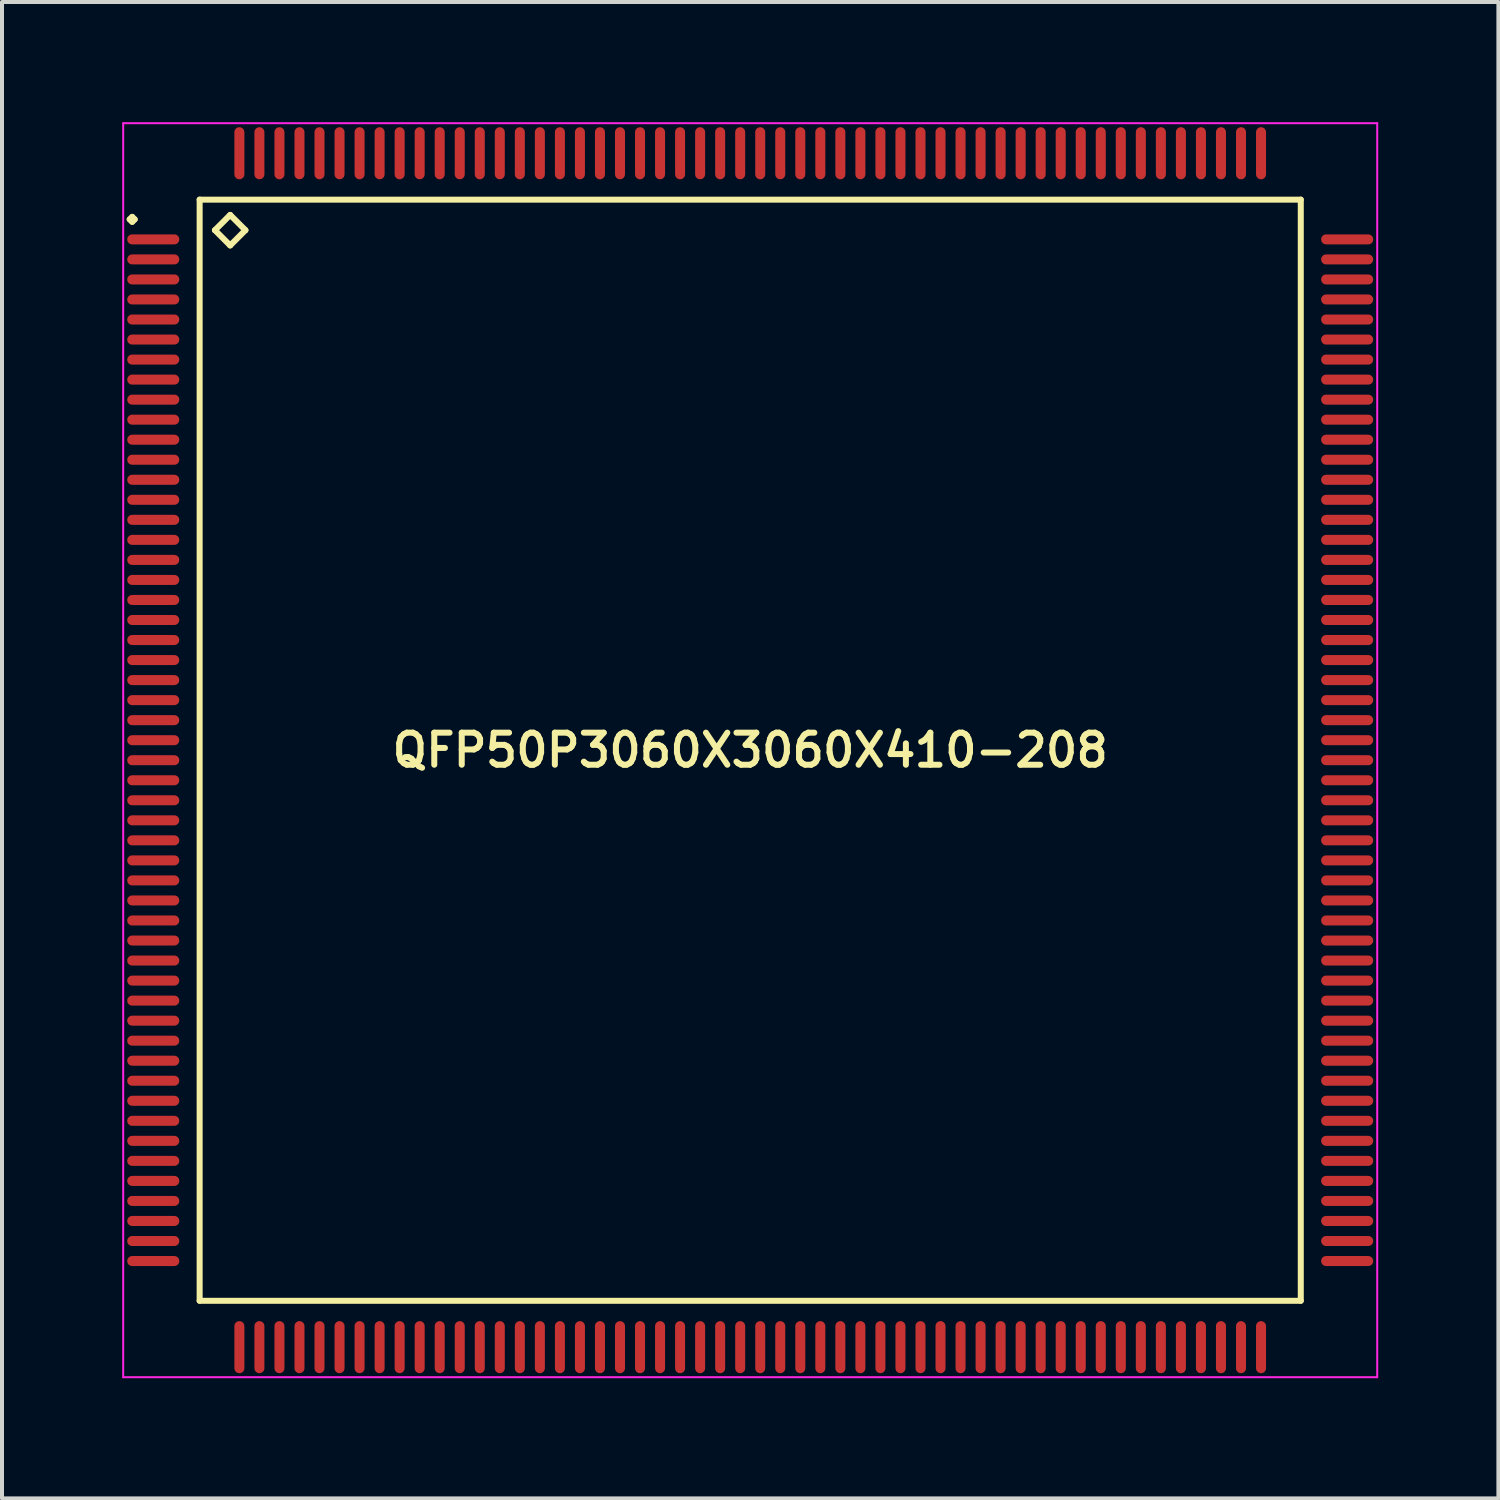
<source format=kicad_pcb>
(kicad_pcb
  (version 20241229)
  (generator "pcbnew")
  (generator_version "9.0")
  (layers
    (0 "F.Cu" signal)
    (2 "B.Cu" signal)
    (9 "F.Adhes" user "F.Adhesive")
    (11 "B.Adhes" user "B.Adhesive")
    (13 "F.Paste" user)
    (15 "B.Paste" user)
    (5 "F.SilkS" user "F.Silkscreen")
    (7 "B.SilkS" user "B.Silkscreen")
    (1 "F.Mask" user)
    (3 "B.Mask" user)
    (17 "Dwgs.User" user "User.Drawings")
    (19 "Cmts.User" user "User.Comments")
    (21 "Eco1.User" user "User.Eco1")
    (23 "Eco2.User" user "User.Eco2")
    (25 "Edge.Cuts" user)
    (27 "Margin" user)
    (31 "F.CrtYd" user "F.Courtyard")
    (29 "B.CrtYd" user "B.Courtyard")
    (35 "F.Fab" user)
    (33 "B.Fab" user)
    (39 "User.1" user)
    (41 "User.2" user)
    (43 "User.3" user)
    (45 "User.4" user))
  (footprint "QFP50P3060X3060X410-208"
    (layer "F.Cu")
    (at 15.675 15.675)
    (property "Reference" "QFP50P3060X3060X410-208" (at 0 0 0) (layer "F.SilkS") (effects (font (size 0.8 0.8) (thickness 0.15))))
    (attr smd)
    (fp_line (start -15.488 -13.25) (end -15.425 -13.312) (stroke (width 0.15) (type solid)) (layer "F.SilkS"))
    (fp_line (start -15.425 -13.312) (end -15.363 -13.25) (stroke (width 0.15) (type solid)) (layer "F.SilkS"))
    (fp_line (start -15.425 -13.188) (end -15.488 -13.25) (stroke (width 0.15) (type solid)) (layer "F.SilkS"))
    (fp_line (start -15.363 -13.25) (end -15.425 -13.188) (stroke (width 0.15) (type solid)) (layer "F.SilkS"))
    (fp_line (start -13.742 -13.742) (end -13.742 13.742) (stroke (width 0.15) (type solid)) (layer "F.SilkS"))
    (fp_line (start -13.742 13.742) (end 13.742 13.742) (stroke (width 0.15) (type solid)) (layer "F.SilkS"))
    (fp_line (start -13.361 -12.98) (end -12.98 -13.361) (stroke (width 0.15) (type solid)) (layer "F.SilkS"))
    (fp_line (start -12.98 -13.361) (end -12.599 -12.98) (stroke (width 0.15) (type solid)) (layer "F.SilkS"))
    (fp_line (start -12.98 -12.599) (end -13.361 -12.98) (stroke (width 0.15) (type solid)) (layer "F.SilkS"))
    (fp_line (start -12.599 -12.98) (end -12.98 -12.599) (stroke (width 0.15) (type solid)) (layer "F.SilkS"))
    (fp_line (start 13.742 -13.742) (end -13.742 -13.742) (stroke (width 0.15) (type solid)) (layer "F.SilkS"))
    (fp_line (start 13.742 13.742) (end 13.742 -13.742) (stroke (width 0.15) (type solid)) (layer "F.SilkS"))
    (fp_line (start -15.65 -15.65) (end 15.65 -15.65) (stroke (width 0.05) (type solid)) (layer "F.CrtYd"))
    (fp_line (start -15.65 15.65) (end -15.65 -15.65) (stroke (width 0.05) (type solid)) (layer "F.CrtYd"))
    (fp_line (start 15.65 -15.65) (end 15.65 15.65) (stroke (width 0.05) (type solid)) (layer "F.CrtYd"))
    (fp_line (start 15.65 15.65) (end -15.65 15.65) (stroke (width 0.05) (type solid)) (layer "F.CrtYd"))
    (pad "1" smd oval (at -14.9 -12.75) (size 1.3 0.25) (layers "F.Cu" "F.Mask" "F.Paste"))
    (pad "2" smd oval (at -14.9 -12.25) (size 1.3 0.25) (layers "F.Cu" "F.Mask" "F.Paste"))
    (pad "3" smd oval (at -14.9 -11.75) (size 1.3 0.25) (layers "F.Cu" "F.Mask" "F.Paste"))
    (pad "4" smd oval (at -14.9 -11.25) (size 1.3 0.25) (layers "F.Cu" "F.Mask" "F.Paste"))
    (pad "5" smd oval (at -14.9 -10.75) (size 1.3 0.25) (layers "F.Cu" "F.Mask" "F.Paste"))
    (pad "6" smd oval (at -14.9 -10.25) (size 1.3 0.25) (layers "F.Cu" "F.Mask" "F.Paste"))
    (pad "7" smd oval (at -14.9 -9.75) (size 1.3 0.25) (layers "F.Cu" "F.Mask" "F.Paste"))
    (pad "8" smd oval (at -14.9 -9.25) (size 1.3 0.25) (layers "F.Cu" "F.Mask" "F.Paste"))
    (pad "9" smd oval (at -14.9 -8.75) (size 1.3 0.25) (layers "F.Cu" "F.Mask" "F.Paste"))
    (pad "10" smd oval (at -14.9 -8.25) (size 1.3 0.25) (layers "F.Cu" "F.Mask" "F.Paste"))
    (pad "11" smd oval (at -14.9 -7.75) (size 1.3 0.25) (layers "F.Cu" "F.Mask" "F.Paste"))
    (pad "12" smd oval (at -14.9 -7.25) (size 1.3 0.25) (layers "F.Cu" "F.Mask" "F.Paste"))
    (pad "13" smd oval (at -14.9 -6.75) (size 1.3 0.25) (layers "F.Cu" "F.Mask" "F.Paste"))
    (pad "14" smd oval (at -14.9 -6.25) (size 1.3 0.25) (layers "F.Cu" "F.Mask" "F.Paste"))
    (pad "15" smd oval (at -14.9 -5.75) (size 1.3 0.25) (layers "F.Cu" "F.Mask" "F.Paste"))
    (pad "16" smd oval (at -14.9 -5.25) (size 1.3 0.25) (layers "F.Cu" "F.Mask" "F.Paste"))
    (pad "17" smd oval (at -14.9 -4.75) (size 1.3 0.25) (layers "F.Cu" "F.Mask" "F.Paste"))
    (pad "18" smd oval (at -14.9 -4.25) (size 1.3 0.25) (layers "F.Cu" "F.Mask" "F.Paste"))
    (pad "19" smd oval (at -14.9 -3.75) (size 1.3 0.25) (layers "F.Cu" "F.Mask" "F.Paste"))
    (pad "20" smd oval (at -14.9 -3.25) (size 1.3 0.25) (layers "F.Cu" "F.Mask" "F.Paste"))
    (pad "21" smd oval (at -14.9 -2.75) (size 1.3 0.25) (layers "F.Cu" "F.Mask" "F.Paste"))
    (pad "22" smd oval (at -14.9 -2.25) (size 1.3 0.25) (layers "F.Cu" "F.Mask" "F.Paste"))
    (pad "23" smd oval (at -14.9 -1.75) (size 1.3 0.25) (layers "F.Cu" "F.Mask" "F.Paste"))
    (pad "24" smd oval (at -14.9 -1.25) (size 1.3 0.25) (layers "F.Cu" "F.Mask" "F.Paste"))
    (pad "25" smd oval (at -14.9 -0.75) (size 1.3 0.25) (layers "F.Cu" "F.Mask" "F.Paste"))
    (pad "26" smd oval (at -14.9 -0.25) (size 1.3 0.25) (layers "F.Cu" "F.Mask" "F.Paste"))
    (pad "27" smd oval (at -14.9 0.25) (size 1.3 0.25) (layers "F.Cu" "F.Mask" "F.Paste"))
    (pad "28" smd oval (at -14.9 0.75) (size 1.3 0.25) (layers "F.Cu" "F.Mask" "F.Paste"))
    (pad "29" smd oval (at -14.9 1.25) (size 1.3 0.25) (layers "F.Cu" "F.Mask" "F.Paste"))
    (pad "30" smd oval (at -14.9 1.75) (size 1.3 0.25) (layers "F.Cu" "F.Mask" "F.Paste"))
    (pad "31" smd oval (at -14.9 2.25) (size 1.3 0.25) (layers "F.Cu" "F.Mask" "F.Paste"))
    (pad "32" smd oval (at -14.9 2.75) (size 1.3 0.25) (layers "F.Cu" "F.Mask" "F.Paste"))
    (pad "33" smd oval (at -14.9 3.25) (size 1.3 0.25) (layers "F.Cu" "F.Mask" "F.Paste"))
    (pad "34" smd oval (at -14.9 3.75) (size 1.3 0.25) (layers "F.Cu" "F.Mask" "F.Paste"))
    (pad "35" smd oval (at -14.9 4.25) (size 1.3 0.25) (layers "F.Cu" "F.Mask" "F.Paste"))
    (pad "36" smd oval (at -14.9 4.75) (size 1.3 0.25) (layers "F.Cu" "F.Mask" "F.Paste"))
    (pad "37" smd oval (at -14.9 5.25) (size 1.3 0.25) (layers "F.Cu" "F.Mask" "F.Paste"))
    (pad "38" smd oval (at -14.9 5.75) (size 1.3 0.25) (layers "F.Cu" "F.Mask" "F.Paste"))
    (pad "39" smd oval (at -14.9 6.25) (size 1.3 0.25) (layers "F.Cu" "F.Mask" "F.Paste"))
    (pad "40" smd oval (at -14.9 6.75) (size 1.3 0.25) (layers "F.Cu" "F.Mask" "F.Paste"))
    (pad "41" smd oval (at -14.9 7.25) (size 1.3 0.25) (layers "F.Cu" "F.Mask" "F.Paste"))
    (pad "42" smd oval (at -14.9 7.75) (size 1.3 0.25) (layers "F.Cu" "F.Mask" "F.Paste"))
    (pad "43" smd oval (at -14.9 8.25) (size 1.3 0.25) (layers "F.Cu" "F.Mask" "F.Paste"))
    (pad "44" smd oval (at -14.9 8.75) (size 1.3 0.25) (layers "F.Cu" "F.Mask" "F.Paste"))
    (pad "45" smd oval (at -14.9 9.25) (size 1.3 0.25) (layers "F.Cu" "F.Mask" "F.Paste"))
    (pad "46" smd oval (at -14.9 9.75) (size 1.3 0.25) (layers "F.Cu" "F.Mask" "F.Paste"))
    (pad "47" smd oval (at -14.9 10.25) (size 1.3 0.25) (layers "F.Cu" "F.Mask" "F.Paste"))
    (pad "48" smd oval (at -14.9 10.75) (size 1.3 0.25) (layers "F.Cu" "F.Mask" "F.Paste"))
    (pad "49" smd oval (at -14.9 11.25) (size 1.3 0.25) (layers "F.Cu" "F.Mask" "F.Paste"))
    (pad "50" smd oval (at -14.9 11.75) (size 1.3 0.25) (layers "F.Cu" "F.Mask" "F.Paste"))
    (pad "51" smd oval (at -14.9 12.25) (size 1.3 0.25) (layers "F.Cu" "F.Mask" "F.Paste"))
    (pad "52" smd oval (at -14.9 12.75) (size 1.3 0.25) (layers "F.Cu" "F.Mask" "F.Paste"))
    (pad "53" smd oval (at -12.75 14.9) (size 0.25 1.3) (layers "F.Cu" "F.Mask" "F.Paste"))
    (pad "54" smd oval (at -12.25 14.9) (size 0.25 1.3) (layers "F.Cu" "F.Mask" "F.Paste"))
    (pad "55" smd oval (at -11.75 14.9) (size 0.25 1.3) (layers "F.Cu" "F.Mask" "F.Paste"))
    (pad "56" smd oval (at -11.25 14.9) (size 0.25 1.3) (layers "F.Cu" "F.Mask" "F.Paste"))
    (pad "57" smd oval (at -10.75 14.9) (size 0.25 1.3) (layers "F.Cu" "F.Mask" "F.Paste"))
    (pad "58" smd oval (at -10.25 14.9) (size 0.25 1.3) (layers "F.Cu" "F.Mask" "F.Paste"))
    (pad "59" smd oval (at -9.75 14.9) (size 0.25 1.3) (layers "F.Cu" "F.Mask" "F.Paste"))
    (pad "60" smd oval (at -9.25 14.9) (size 0.25 1.3) (layers "F.Cu" "F.Mask" "F.Paste"))
    (pad "61" smd oval (at -8.75 14.9) (size 0.25 1.3) (layers "F.Cu" "F.Mask" "F.Paste"))
    (pad "62" smd oval (at -8.25 14.9) (size 0.25 1.3) (layers "F.Cu" "F.Mask" "F.Paste"))
    (pad "63" smd oval (at -7.75 14.9) (size 0.25 1.3) (layers "F.Cu" "F.Mask" "F.Paste"))
    (pad "64" smd oval (at -7.25 14.9) (size 0.25 1.3) (layers "F.Cu" "F.Mask" "F.Paste"))
    (pad "65" smd oval (at -6.75 14.9) (size 0.25 1.3) (layers "F.Cu" "F.Mask" "F.Paste"))
    (pad "66" smd oval (at -6.25 14.9) (size 0.25 1.3) (layers "F.Cu" "F.Mask" "F.Paste"))
    (pad "67" smd oval (at -5.75 14.9) (size 0.25 1.3) (layers "F.Cu" "F.Mask" "F.Paste"))
    (pad "68" smd oval (at -5.25 14.9) (size 0.25 1.3) (layers "F.Cu" "F.Mask" "F.Paste"))
    (pad "69" smd oval (at -4.75 14.9) (size 0.25 1.3) (layers "F.Cu" "F.Mask" "F.Paste"))
    (pad "70" smd oval (at -4.25 14.9) (size 0.25 1.3) (layers "F.Cu" "F.Mask" "F.Paste"))
    (pad "71" smd oval (at -3.75 14.9) (size 0.25 1.3) (layers "F.Cu" "F.Mask" "F.Paste"))
    (pad "72" smd oval (at -3.25 14.9) (size 0.25 1.3) (layers "F.Cu" "F.Mask" "F.Paste"))
    (pad "73" smd oval (at -2.75 14.9) (size 0.25 1.3) (layers "F.Cu" "F.Mask" "F.Paste"))
    (pad "74" smd oval (at -2.25 14.9) (size 0.25 1.3) (layers "F.Cu" "F.Mask" "F.Paste"))
    (pad "75" smd oval (at -1.75 14.9) (size 0.25 1.3) (layers "F.Cu" "F.Mask" "F.Paste"))
    (pad "76" smd oval (at -1.25 14.9) (size 0.25 1.3) (layers "F.Cu" "F.Mask" "F.Paste"))
    (pad "77" smd oval (at -0.75 14.9) (size 0.25 1.3) (layers "F.Cu" "F.Mask" "F.Paste"))
    (pad "78" smd oval (at -0.25 14.9) (size 0.25 1.3) (layers "F.Cu" "F.Mask" "F.Paste"))
    (pad "79" smd oval (at 0.25 14.9) (size 0.25 1.3) (layers "F.Cu" "F.Mask" "F.Paste"))
    (pad "80" smd oval (at 0.75 14.9) (size 0.25 1.3) (layers "F.Cu" "F.Mask" "F.Paste"))
    (pad "81" smd oval (at 1.25 14.9) (size 0.25 1.3) (layers "F.Cu" "F.Mask" "F.Paste"))
    (pad "82" smd oval (at 1.75 14.9) (size 0.25 1.3) (layers "F.Cu" "F.Mask" "F.Paste"))
    (pad "83" smd oval (at 2.25 14.9) (size 0.25 1.3) (layers "F.Cu" "F.Mask" "F.Paste"))
    (pad "84" smd oval (at 2.75 14.9) (size 0.25 1.3) (layers "F.Cu" "F.Mask" "F.Paste"))
    (pad "85" smd oval (at 3.25 14.9) (size 0.25 1.3) (layers "F.Cu" "F.Mask" "F.Paste"))
    (pad "86" smd oval (at 3.75 14.9) (size 0.25 1.3) (layers "F.Cu" "F.Mask" "F.Paste"))
    (pad "87" smd oval (at 4.25 14.9) (size 0.25 1.3) (layers "F.Cu" "F.Mask" "F.Paste"))
    (pad "88" smd oval (at 4.75 14.9) (size 0.25 1.3) (layers "F.Cu" "F.Mask" "F.Paste"))
    (pad "89" smd oval (at 5.25 14.9) (size 0.25 1.3) (layers "F.Cu" "F.Mask" "F.Paste"))
    (pad "90" smd oval (at 5.75 14.9) (size 0.25 1.3) (layers "F.Cu" "F.Mask" "F.Paste"))
    (pad "91" smd oval (at 6.25 14.9) (size 0.25 1.3) (layers "F.Cu" "F.Mask" "F.Paste"))
    (pad "92" smd oval (at 6.75 14.9) (size 0.25 1.3) (layers "F.Cu" "F.Mask" "F.Paste"))
    (pad "93" smd oval (at 7.25 14.9) (size 0.25 1.3) (layers "F.Cu" "F.Mask" "F.Paste"))
    (pad "94" smd oval (at 7.75 14.9) (size 0.25 1.3) (layers "F.Cu" "F.Mask" "F.Paste"))
    (pad "95" smd oval (at 8.25 14.9) (size 0.25 1.3) (layers "F.Cu" "F.Mask" "F.Paste"))
    (pad "96" smd oval (at 8.75 14.9) (size 0.25 1.3) (layers "F.Cu" "F.Mask" "F.Paste"))
    (pad "97" smd oval (at 9.25 14.9) (size 0.25 1.3) (layers "F.Cu" "F.Mask" "F.Paste"))
    (pad "98" smd oval (at 9.75 14.9) (size 0.25 1.3) (layers "F.Cu" "F.Mask" "F.Paste"))
    (pad "99" smd oval (at 10.25 14.9) (size 0.25 1.3) (layers "F.Cu" "F.Mask" "F.Paste"))
    (pad "100" smd oval (at 10.75 14.9) (size 0.25 1.3) (layers "F.Cu" "F.Mask" "F.Paste"))
    (pad "101" smd oval (at 11.25 14.9) (size 0.25 1.3) (layers "F.Cu" "F.Mask" "F.Paste"))
    (pad "102" smd oval (at 11.75 14.9) (size 0.25 1.3) (layers "F.Cu" "F.Mask" "F.Paste"))
    (pad "103" smd oval (at 12.25 14.9) (size 0.25 1.3) (layers "F.Cu" "F.Mask" "F.Paste"))
    (pad "104" smd oval (at 12.75 14.9) (size 0.25 1.3) (layers "F.Cu" "F.Mask" "F.Paste"))
    (pad "105" smd oval (at 14.9 12.75) (size 1.3 0.25) (layers "F.Cu" "F.Mask" "F.Paste"))
    (pad "106" smd oval (at 14.9 12.25) (size 1.3 0.25) (layers "F.Cu" "F.Mask" "F.Paste"))
    (pad "107" smd oval (at 14.9 11.75) (size 1.3 0.25) (layers "F.Cu" "F.Mask" "F.Paste"))
    (pad "108" smd oval (at 14.9 11.25) (size 1.3 0.25) (layers "F.Cu" "F.Mask" "F.Paste"))
    (pad "109" smd oval (at 14.9 10.75) (size 1.3 0.25) (layers "F.Cu" "F.Mask" "F.Paste"))
    (pad "110" smd oval (at 14.9 10.25) (size 1.3 0.25) (layers "F.Cu" "F.Mask" "F.Paste"))
    (pad "111" smd oval (at 14.9 9.75) (size 1.3 0.25) (layers "F.Cu" "F.Mask" "F.Paste"))
    (pad "112" smd oval (at 14.9 9.25) (size 1.3 0.25) (layers "F.Cu" "F.Mask" "F.Paste"))
    (pad "113" smd oval (at 14.9 8.75) (size 1.3 0.25) (layers "F.Cu" "F.Mask" "F.Paste"))
    (pad "114" smd oval (at 14.9 8.25) (size 1.3 0.25) (layers "F.Cu" "F.Mask" "F.Paste"))
    (pad "115" smd oval (at 14.9 7.75) (size 1.3 0.25) (layers "F.Cu" "F.Mask" "F.Paste"))
    (pad "116" smd oval (at 14.9 7.25) (size 1.3 0.25) (layers "F.Cu" "F.Mask" "F.Paste"))
    (pad "117" smd oval (at 14.9 6.75) (size 1.3 0.25) (layers "F.Cu" "F.Mask" "F.Paste"))
    (pad "118" smd oval (at 14.9 6.25) (size 1.3 0.25) (layers "F.Cu" "F.Mask" "F.Paste"))
    (pad "119" smd oval (at 14.9 5.75) (size 1.3 0.25) (layers "F.Cu" "F.Mask" "F.Paste"))
    (pad "120" smd oval (at 14.9 5.25) (size 1.3 0.25) (layers "F.Cu" "F.Mask" "F.Paste"))
    (pad "121" smd oval (at 14.9 4.75) (size 1.3 0.25) (layers "F.Cu" "F.Mask" "F.Paste"))
    (pad "122" smd oval (at 14.9 4.25) (size 1.3 0.25) (layers "F.Cu" "F.Mask" "F.Paste"))
    (pad "123" smd oval (at 14.9 3.75) (size 1.3 0.25) (layers "F.Cu" "F.Mask" "F.Paste"))
    (pad "124" smd oval (at 14.9 3.25) (size 1.3 0.25) (layers "F.Cu" "F.Mask" "F.Paste"))
    (pad "125" smd oval (at 14.9 2.75) (size 1.3 0.25) (layers "F.Cu" "F.Mask" "F.Paste"))
    (pad "126" smd oval (at 14.9 2.25) (size 1.3 0.25) (layers "F.Cu" "F.Mask" "F.Paste"))
    (pad "127" smd oval (at 14.9 1.75) (size 1.3 0.25) (layers "F.Cu" "F.Mask" "F.Paste"))
    (pad "128" smd oval (at 14.9 1.25) (size 1.3 0.25) (layers "F.Cu" "F.Mask" "F.Paste"))
    (pad "129" smd oval (at 14.9 0.75) (size 1.3 0.25) (layers "F.Cu" "F.Mask" "F.Paste"))
    (pad "130" smd oval (at 14.9 0.25) (size 1.3 0.25) (layers "F.Cu" "F.Mask" "F.Paste"))
    (pad "131" smd oval (at 14.9 -0.25) (size 1.3 0.25) (layers "F.Cu" "F.Mask" "F.Paste"))
    (pad "132" smd oval (at 14.9 -0.75) (size 1.3 0.25) (layers "F.Cu" "F.Mask" "F.Paste"))
    (pad "133" smd oval (at 14.9 -1.25) (size 1.3 0.25) (layers "F.Cu" "F.Mask" "F.Paste"))
    (pad "134" smd oval (at 14.9 -1.75) (size 1.3 0.25) (layers "F.Cu" "F.Mask" "F.Paste"))
    (pad "135" smd oval (at 14.9 -2.25) (size 1.3 0.25) (layers "F.Cu" "F.Mask" "F.Paste"))
    (pad "136" smd oval (at 14.9 -2.75) (size 1.3 0.25) (layers "F.Cu" "F.Mask" "F.Paste"))
    (pad "137" smd oval (at 14.9 -3.25) (size 1.3 0.25) (layers "F.Cu" "F.Mask" "F.Paste"))
    (pad "138" smd oval (at 14.9 -3.75) (size 1.3 0.25) (layers "F.Cu" "F.Mask" "F.Paste"))
    (pad "139" smd oval (at 14.9 -4.25) (size 1.3 0.25) (layers "F.Cu" "F.Mask" "F.Paste"))
    (pad "140" smd oval (at 14.9 -4.75) (size 1.3 0.25) (layers "F.Cu" "F.Mask" "F.Paste"))
    (pad "141" smd oval (at 14.9 -5.25) (size 1.3 0.25) (layers "F.Cu" "F.Mask" "F.Paste"))
    (pad "142" smd oval (at 14.9 -5.75) (size 1.3 0.25) (layers "F.Cu" "F.Mask" "F.Paste"))
    (pad "143" smd oval (at 14.9 -6.25) (size 1.3 0.25) (layers "F.Cu" "F.Mask" "F.Paste"))
    (pad "144" smd oval (at 14.9 -6.75) (size 1.3 0.25) (layers "F.Cu" "F.Mask" "F.Paste"))
    (pad "145" smd oval (at 14.9 -7.25) (size 1.3 0.25) (layers "F.Cu" "F.Mask" "F.Paste"))
    (pad "146" smd oval (at 14.9 -7.75) (size 1.3 0.25) (layers "F.Cu" "F.Mask" "F.Paste"))
    (pad "147" smd oval (at 14.9 -8.25) (size 1.3 0.25) (layers "F.Cu" "F.Mask" "F.Paste"))
    (pad "148" smd oval (at 14.9 -8.75) (size 1.3 0.25) (layers "F.Cu" "F.Mask" "F.Paste"))
    (pad "149" smd oval (at 14.9 -9.25) (size 1.3 0.25) (layers "F.Cu" "F.Mask" "F.Paste"))
    (pad "150" smd oval (at 14.9 -9.75) (size 1.3 0.25) (layers "F.Cu" "F.Mask" "F.Paste"))
    (pad "151" smd oval (at 14.9 -10.25) (size 1.3 0.25) (layers "F.Cu" "F.Mask" "F.Paste"))
    (pad "152" smd oval (at 14.9 -10.75) (size 1.3 0.25) (layers "F.Cu" "F.Mask" "F.Paste"))
    (pad "153" smd oval (at 14.9 -11.25) (size 1.3 0.25) (layers "F.Cu" "F.Mask" "F.Paste"))
    (pad "154" smd oval (at 14.9 -11.75) (size 1.3 0.25) (layers "F.Cu" "F.Mask" "F.Paste"))
    (pad "155" smd oval (at 14.9 -12.25) (size 1.3 0.25) (layers "F.Cu" "F.Mask" "F.Paste"))
    (pad "156" smd oval (at 14.9 -12.75) (size 1.3 0.25) (layers "F.Cu" "F.Mask" "F.Paste"))
    (pad "157" smd oval (at 12.75 -14.9) (size 0.25 1.3) (layers "F.Cu" "F.Mask" "F.Paste"))
    (pad "158" smd oval (at 12.25 -14.9) (size 0.25 1.3) (layers "F.Cu" "F.Mask" "F.Paste"))
    (pad "159" smd oval (at 11.75 -14.9) (size 0.25 1.3) (layers "F.Cu" "F.Mask" "F.Paste"))
    (pad "160" smd oval (at 11.25 -14.9) (size 0.25 1.3) (layers "F.Cu" "F.Mask" "F.Paste"))
    (pad "161" smd oval (at 10.75 -14.9) (size 0.25 1.3) (layers "F.Cu" "F.Mask" "F.Paste"))
    (pad "162" smd oval (at 10.25 -14.9) (size 0.25 1.3) (layers "F.Cu" "F.Mask" "F.Paste"))
    (pad "163" smd oval (at 9.75 -14.9) (size 0.25 1.3) (layers "F.Cu" "F.Mask" "F.Paste"))
    (pad "164" smd oval (at 9.25 -14.9) (size 0.25 1.3) (layers "F.Cu" "F.Mask" "F.Paste"))
    (pad "165" smd oval (at 8.75 -14.9) (size 0.25 1.3) (layers "F.Cu" "F.Mask" "F.Paste"))
    (pad "166" smd oval (at 8.25 -14.9) (size 0.25 1.3) (layers "F.Cu" "F.Mask" "F.Paste"))
    (pad "167" smd oval (at 7.75 -14.9) (size 0.25 1.3) (layers "F.Cu" "F.Mask" "F.Paste"))
    (pad "168" smd oval (at 7.25 -14.9) (size 0.25 1.3) (layers "F.Cu" "F.Mask" "F.Paste"))
    (pad "169" smd oval (at 6.75 -14.9) (size 0.25 1.3) (layers "F.Cu" "F.Mask" "F.Paste"))
    (pad "170" smd oval (at 6.25 -14.9) (size 0.25 1.3) (layers "F.Cu" "F.Mask" "F.Paste"))
    (pad "171" smd oval (at 5.75 -14.9) (size 0.25 1.3) (layers "F.Cu" "F.Mask" "F.Paste"))
    (pad "172" smd oval (at 5.25 -14.9) (size 0.25 1.3) (layers "F.Cu" "F.Mask" "F.Paste"))
    (pad "173" smd oval (at 4.75 -14.9) (size 0.25 1.3) (layers "F.Cu" "F.Mask" "F.Paste"))
    (pad "174" smd oval (at 4.25 -14.9) (size 0.25 1.3) (layers "F.Cu" "F.Mask" "F.Paste"))
    (pad "175" smd oval (at 3.75 -14.9) (size 0.25 1.3) (layers "F.Cu" "F.Mask" "F.Paste"))
    (pad "176" smd oval (at 3.25 -14.9) (size 0.25 1.3) (layers "F.Cu" "F.Mask" "F.Paste"))
    (pad "177" smd oval (at 2.75 -14.9) (size 0.25 1.3) (layers "F.Cu" "F.Mask" "F.Paste"))
    (pad "178" smd oval (at 2.25 -14.9) (size 0.25 1.3) (layers "F.Cu" "F.Mask" "F.Paste"))
    (pad "179" smd oval (at 1.75 -14.9) (size 0.25 1.3) (layers "F.Cu" "F.Mask" "F.Paste"))
    (pad "180" smd oval (at 1.25 -14.9) (size 0.25 1.3) (layers "F.Cu" "F.Mask" "F.Paste"))
    (pad "181" smd oval (at 0.75 -14.9) (size 0.25 1.3) (layers "F.Cu" "F.Mask" "F.Paste"))
    (pad "182" smd oval (at 0.25 -14.9) (size 0.25 1.3) (layers "F.Cu" "F.Mask" "F.Paste"))
    (pad "183" smd oval (at -0.25 -14.9) (size 0.25 1.3) (layers "F.Cu" "F.Mask" "F.Paste"))
    (pad "184" smd oval (at -0.75 -14.9) (size 0.25 1.3) (layers "F.Cu" "F.Mask" "F.Paste"))
    (pad "185" smd oval (at -1.25 -14.9) (size 0.25 1.3) (layers "F.Cu" "F.Mask" "F.Paste"))
    (pad "186" smd oval (at -1.75 -14.9) (size 0.25 1.3) (layers "F.Cu" "F.Mask" "F.Paste"))
    (pad "187" smd oval (at -2.25 -14.9) (size 0.25 1.3) (layers "F.Cu" "F.Mask" "F.Paste"))
    (pad "188" smd oval (at -2.75 -14.9) (size 0.25 1.3) (layers "F.Cu" "F.Mask" "F.Paste"))
    (pad "189" smd oval (at -3.25 -14.9) (size 0.25 1.3) (layers "F.Cu" "F.Mask" "F.Paste"))
    (pad "190" smd oval (at -3.75 -14.9) (size 0.25 1.3) (layers "F.Cu" "F.Mask" "F.Paste"))
    (pad "191" smd oval (at -4.25 -14.9) (size 0.25 1.3) (layers "F.Cu" "F.Mask" "F.Paste"))
    (pad "192" smd oval (at -4.75 -14.9) (size 0.25 1.3) (layers "F.Cu" "F.Mask" "F.Paste"))
    (pad "193" smd oval (at -5.25 -14.9) (size 0.25 1.3) (layers "F.Cu" "F.Mask" "F.Paste"))
    (pad "194" smd oval (at -5.75 -14.9) (size 0.25 1.3) (layers "F.Cu" "F.Mask" "F.Paste"))
    (pad "195" smd oval (at -6.25 -14.9) (size 0.25 1.3) (layers "F.Cu" "F.Mask" "F.Paste"))
    (pad "196" smd oval (at -6.75 -14.9) (size 0.25 1.3) (layers "F.Cu" "F.Mask" "F.Paste"))
    (pad "197" smd oval (at -7.25 -14.9) (size 0.25 1.3) (layers "F.Cu" "F.Mask" "F.Paste"))
    (pad "198" smd oval (at -7.75 -14.9) (size 0.25 1.3) (layers "F.Cu" "F.Mask" "F.Paste"))
    (pad "199" smd oval (at -8.25 -14.9) (size 0.25 1.3) (layers "F.Cu" "F.Mask" "F.Paste"))
    (pad "200" smd oval (at -8.75 -14.9) (size 0.25 1.3) (layers "F.Cu" "F.Mask" "F.Paste"))
    (pad "201" smd oval (at -9.25 -14.9) (size 0.25 1.3) (layers "F.Cu" "F.Mask" "F.Paste"))
    (pad "202" smd oval (at -9.75 -14.9) (size 0.25 1.3) (layers "F.Cu" "F.Mask" "F.Paste"))
    (pad "203" smd oval (at -10.25 -14.9) (size 0.25 1.3) (layers "F.Cu" "F.Mask" "F.Paste"))
    (pad "204" smd oval (at -10.75 -14.9) (size 0.25 1.3) (layers "F.Cu" "F.Mask" "F.Paste"))
    (pad "205" smd oval (at -11.25 -14.9) (size 0.25 1.3) (layers "F.Cu" "F.Mask" "F.Paste"))
    (pad "206" smd oval (at -11.75 -14.9) (size 0.25 1.3) (layers "F.Cu" "F.Mask" "F.Paste"))
    (pad "207" smd oval (at -12.25 -14.9) (size 0.25 1.3) (layers "F.Cu" "F.Mask" "F.Paste"))
    (pad "208" smd oval (at -12.75 -14.9) (size 0.25 1.3) (layers "F.Cu" "F.Mask" "F.Paste")))
  (gr_rect
    (start -3 -3)
    (end 34.35 34.35)
    (stroke (width 0.1) (type default))
    (fill no)
    (layer "Edge.Cuts")))
</source>
